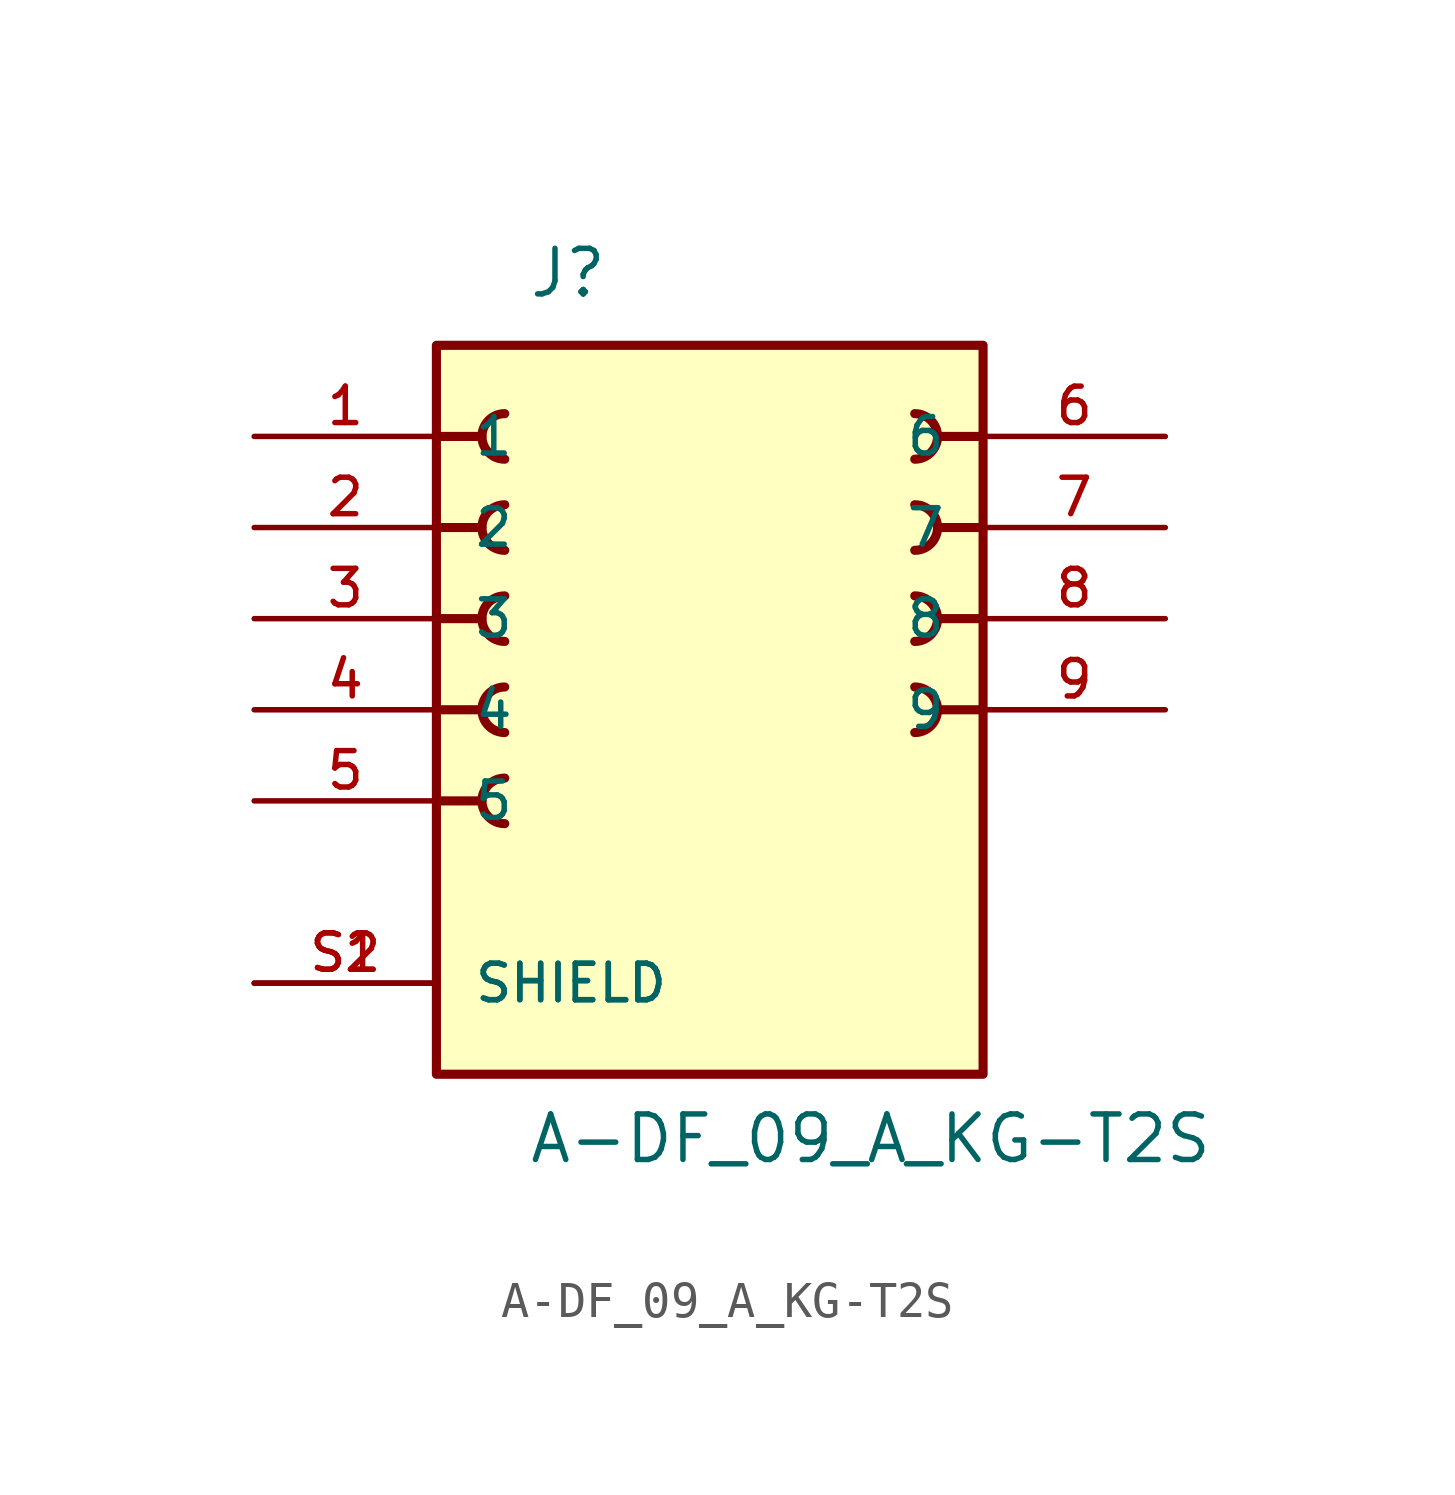
<source format=kicad_sym>
(kicad_symbol_lib
  (version 20211014)
  (generator kicad_symbol_editor)
  (symbol "A-DF_09_A_KG-T2S"
    (pin_names
      (offset 1.016))
    (property "Reference" "J"
      (at -5.08 11.43 0)
      (effects (font (size 1.27 1.27)) (justify left bottom)))
    (property "Value" "A-DF_09_A_KG-T2S"
      (at -5.08 -12.7 0)
      (effects (font (size 1.27 1.27)) (justify left bottom)))
    (symbol "A-DF_09_A_KG-T2S_0_0"
      (rectangle (start -7.62 -10.16) (end 7.62 10.16) (stroke (width 0.254) (type default) (color 0 0 0 0)) (fill (type background)))
      (arc (start -5.715 -1.905) (mid -6.35 -2.54) (end -5.715 -3.175) (stroke (width 0.254) (type default) (color 0 0 0 0)) (fill (type none)))
      (arc (start -5.715 0.635) (mid -6.35 0) (end -5.715 -0.635) (stroke (width 0.254) (type default) (color 0 0 0 0)) (fill (type none)))
      (arc (start -5.715 3.175) (mid -6.35 2.54) (end -5.715 1.905) (stroke (width 0.254) (type default) (color 0 0 0 0)) (fill (type none)))
      (arc (start -5.715 5.715) (mid -6.35 5.08) (end -5.715 4.445) (stroke (width 0.254) (type default) (color 0 0 0 0)) (fill (type none)))
      (arc (start -5.715 8.255) (mid -6.35 7.62) (end -5.715 6.985) (stroke (width 0.254) (type default) (color 0 0 0 0)) (fill (type none)))
      (polyline (pts (xy -7.62 -2.54) (xy -6.35 -2.54)) (stroke (width 0.254) (type default) (color 0 0 0 0)) (fill (type none)))
      (polyline (pts (xy -7.62 0) (xy -6.35 0)) (stroke (width 0.254) (type default) (color 0 0 0 0)) (fill (type none)))
      (polyline (pts (xy -7.62 2.54) (xy -6.35 2.54)) (stroke (width 0.254) (type default) (color 0 0 0 0)) (fill (type none)))
      (polyline (pts (xy -7.62 5.08) (xy -6.35 5.08)) (stroke (width 0.254) (type default) (color 0 0 0 0)) (fill (type none)))
      (polyline (pts (xy -7.62 7.62) (xy -6.35 7.62)) (stroke (width 0.254) (type default) (color 0 0 0 0)) (fill (type none)))
      (polyline (pts (xy 7.62 0) (xy 6.35 0)) (stroke (width 0.254) (type default) (color 0 0 0 0)) (fill (type none)))
      (polyline (pts (xy 7.62 2.54) (xy 6.35 2.54)) (stroke (width 0.254) (type default) (color 0 0 0 0)) (fill (type none)))
      (polyline (pts (xy 7.62 5.08) (xy 6.35 5.08)) (stroke (width 0.254) (type default) (color 0 0 0 0)) (fill (type none)))
      (polyline (pts (xy 7.62 7.62) (xy 6.35 7.62)) (stroke (width 0.254) (type default) (color 0 0 0 0)) (fill (type none)))
      (arc (start 5.715 -0.635) (mid 6.35 0) (end 5.715 0.635) (stroke (width 0.254) (type default) (color 0 0 0 0)) (fill (type none)))
      (arc (start 5.715 1.905) (mid 6.35 2.54) (end 5.715 3.175) (stroke (width 0.254) (type default) (color 0 0 0 0)) (fill (type none)))
      (arc (start 5.715 4.445) (mid 6.35 5.08) (end 5.715 5.715) (stroke (width 0.254) (type default) (color 0 0 0 0)) (fill (type none)))
      (arc (start 5.715 6.985) (mid 6.35 7.62) (end 5.715 8.255) (stroke (width 0.254) (type default) (color 0 0 0 0)) (fill (type none)))
      (pin passive line (at -12.7 7.62 0) (length 5.08) (name "1" (effects (font (size 1.016 1.016)))) (number "1" (effects (font (size 1.016 1.016)))))
      (pin passive line (at -12.7 5.08 0) (length 5.08) (name "2" (effects (font (size 1.016 1.016)))) (number "2" (effects (font (size 1.016 1.016)))))
      (pin passive line (at -12.7 2.54 0) (length 5.08) (name "3" (effects (font (size 1.016 1.016)))) (number "3" (effects (font (size 1.016 1.016)))))
      (pin passive line (at -12.7 0 0) (length 5.08) (name "4" (effects (font (size 1.016 1.016)))) (number "4" (effects (font (size 1.016 1.016)))))
      (pin passive line (at -12.7 -2.54 0) (length 5.08) (name "5" (effects (font (size 1.016 1.016)))) (number "5" (effects (font (size 1.016 1.016)))))
      (pin passive line (at 12.7 7.62 180) (length 5.08) (name "6" (effects (font (size 1.016 1.016)))) (number "6" (effects (font (size 1.016 1.016)))))
      (pin passive line (at 12.7 5.08 180) (length 5.08) (name "7" (effects (font (size 1.016 1.016)))) (number "7" (effects (font (size 1.016 1.016)))))
      (pin passive line (at 12.7 2.54 180) (length 5.08) (name "8" (effects (font (size 1.016 1.016)))) (number "8" (effects (font (size 1.016 1.016)))))
      (pin passive line (at 12.7 0 180) (length 5.08) (name "9" (effects (font (size 1.016 1.016)))) (number "9" (effects (font (size 1.016 1.016)))))
      (pin passive line (at -12.7 -7.62 0) (length 5.08) (name "SHIELD" (effects (font (size 1.016 1.016)))) (number "S1" (effects (font (size 1.016 1.016)))))
      (pin passive line (at -12.7 -7.62 0) (length 5.08) (name "SHIELD" (effects (font (size 1.016 1.016)))) (number "S2" (effects (font (size 1.016 1.016))))))))
</source>
